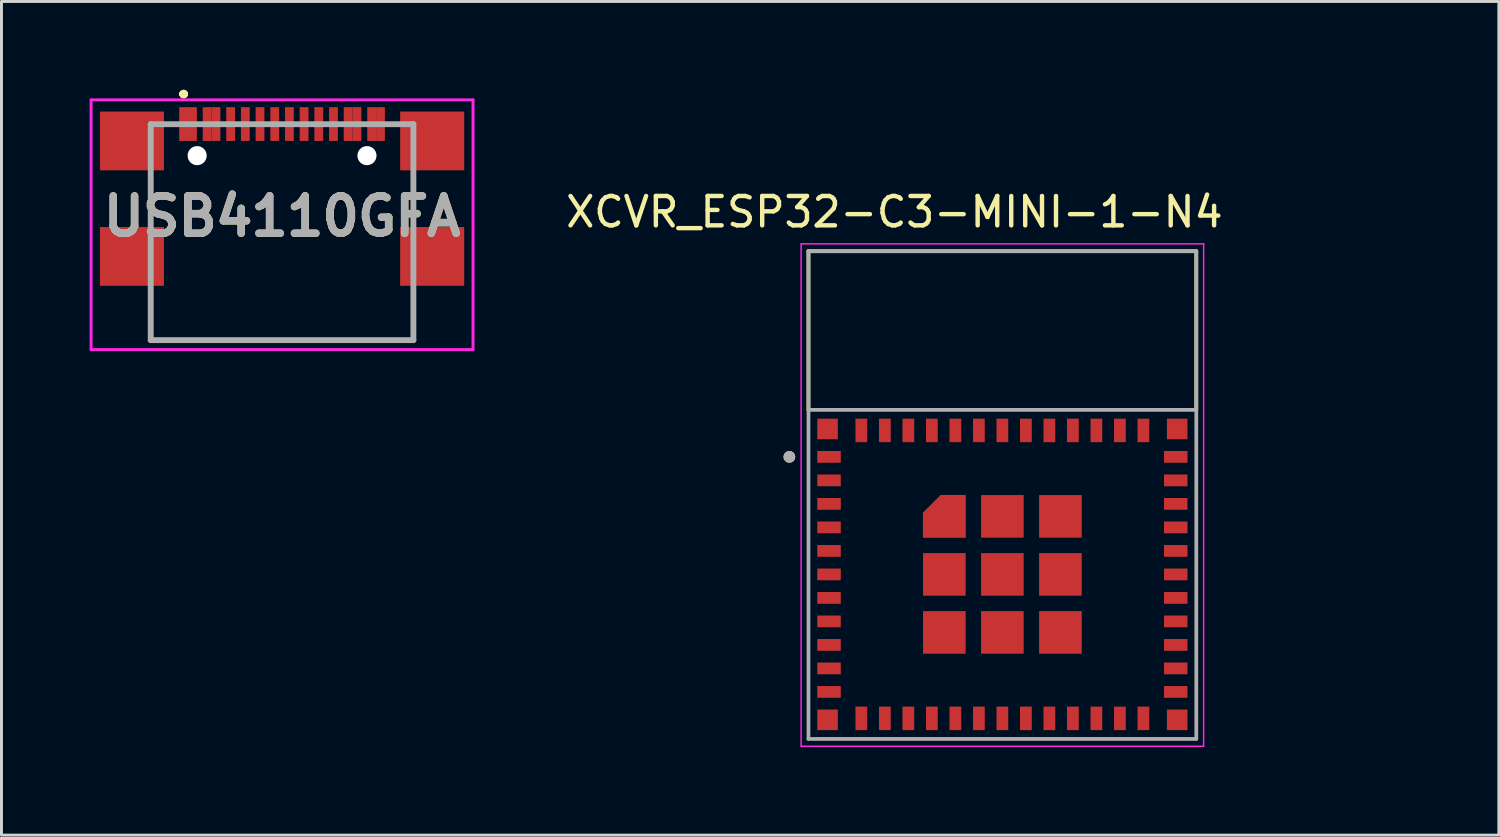
<source format=kicad_pcb>
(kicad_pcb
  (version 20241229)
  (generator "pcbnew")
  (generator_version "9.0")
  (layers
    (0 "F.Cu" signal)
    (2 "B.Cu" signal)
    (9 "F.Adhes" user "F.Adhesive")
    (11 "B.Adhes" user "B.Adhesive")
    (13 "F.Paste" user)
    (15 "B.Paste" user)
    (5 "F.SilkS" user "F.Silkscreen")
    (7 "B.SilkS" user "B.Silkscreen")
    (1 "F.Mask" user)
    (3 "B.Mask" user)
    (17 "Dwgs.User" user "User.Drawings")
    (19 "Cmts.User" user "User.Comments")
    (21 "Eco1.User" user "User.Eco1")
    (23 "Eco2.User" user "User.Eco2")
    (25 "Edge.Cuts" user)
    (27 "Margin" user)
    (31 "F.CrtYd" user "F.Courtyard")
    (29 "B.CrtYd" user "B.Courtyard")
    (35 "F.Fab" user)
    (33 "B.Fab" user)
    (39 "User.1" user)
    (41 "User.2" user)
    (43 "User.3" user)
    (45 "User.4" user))
  (footprint "USB4110GFA"
    (layer "F.Cu")
    (at 6.55 4.85)
    (property "Reference" "USB4110GFA" (at 0 -0.536 0) (layer "F.SilkS") (effects (font (size 1.27 1.27) (thickness 0.254))))
    (attr through_hole)
    (fp_line (start -4.5 -1.5) (end -4.5 -0.75) (stroke (width 0.1) (type solid)) (layer "F.SilkS"))
    (fp_line (start -4.5 -0.75) (end -4.47 -0.75) (stroke (width 0.1) (type solid)) (layer "F.SilkS"))
    (fp_line (start -4.47 -1.5) (end -4.5 -1.5) (stroke (width 0.1) (type solid)) (layer "F.SilkS"))
    (fp_line (start -4.47 -0.75) (end -4.47 -1.5) (stroke (width 0.1) (type solid)) (layer "F.SilkS"))
    (fp_line (start -4.47 2.5) (end -4.47 2.5) (stroke (width 0.1) (type solid)) (layer "F.SilkS"))
    (fp_line (start -4.47 2.5) (end -4.47 3.677) (stroke (width 0.1) (type solid)) (layer "F.SilkS"))
    (fp_line (start -4.47 3.677) (end -4.47 2.5) (stroke (width 0.1) (type solid)) (layer "F.SilkS"))
    (fp_line (start -4.47 3.677) (end -4.47 3.677) (stroke (width 0.1) (type solid)) (layer "F.SilkS"))
    (fp_line (start -4.47 3.677) (end -4.47 3.677) (stroke (width 0.1) (type solid)) (layer "F.SilkS"))
    (fp_line (start -4.47 3.677) (end 4.47 3.677) (stroke (width 0.1) (type solid)) (layer "F.SilkS"))
    (fp_line (start -3.4 -4.7) (end -3.4 -4.7) (stroke (width 0.2) (type solid)) (layer "F.SilkS"))
    (fp_line (start -3.4 -4.7) (end -3.4 -4.7) (stroke (width 0.2) (type solid)) (layer "F.SilkS"))
    (fp_line (start -3.3 -4.7) (end -3.3 -4.7) (stroke (width 0.2) (type solid)) (layer "F.SilkS"))
    (fp_line (start 4.47 -1.75) (end 4.47 -1.75) (stroke (width 0.1) (type solid)) (layer "F.SilkS"))
    (fp_line (start 4.47 -1.75) (end 4.47 -0.75) (stroke (width 0.1) (type solid)) (layer "F.SilkS"))
    (fp_line (start 4.47 -0.75) (end 4.47 -1.75) (stroke (width 0.1) (type solid)) (layer "F.SilkS"))
    (fp_line (start 4.47 -0.75) (end 4.47 -0.75) (stroke (width 0.1) (type solid)) (layer "F.SilkS"))
    (fp_line (start 4.47 2.25) (end 4.47 2.25) (stroke (width 0.1) (type solid)) (layer "F.SilkS"))
    (fp_line (start 4.47 2.25) (end 4.47 3.677) (stroke (width 0.1) (type solid)) (layer "F.SilkS"))
    (fp_line (start 4.47 3.677) (end -4.47 3.677) (stroke (width 0.1) (type solid)) (layer "F.SilkS"))
    (fp_line (start 4.47 3.677) (end 4.47 2.25) (stroke (width 0.1) (type solid)) (layer "F.SilkS"))
    (fp_line (start 4.47 3.677) (end 4.47 3.677) (stroke (width 0.1) (type solid)) (layer "F.SilkS"))
    (fp_line (start 4.47 3.677) (end 4.47 3.677) (stroke (width 0.1) (type solid)) (layer "F.SilkS"))
    (fp_arc (start -3.4 -4.7) (mid -3.35 -4.75) (end -3.3 -4.7) (stroke (width 0.2) (type solid)) (layer "F.SilkS"))
    (fp_arc (start -3.3 -4.7) (mid -3.35 -4.65) (end -3.4 -4.7) (stroke (width 0.2) (type solid)) (layer "F.SilkS"))
    (fp_arc (start -3.3 -4.7) (mid -3.35 -4.65) (end -3.4 -4.7) (stroke (width 0.2) (type solid)) (layer "F.SilkS"))
    (fp_line (start -6.5 -4.5) (end 6.5 -4.5) (stroke (width 0.1) (type solid)) (layer "F.CrtYd"))
    (fp_line (start -6.5 4) (end -6.5 -4.5) (stroke (width 0.1) (type solid)) (layer "F.CrtYd"))
    (fp_line (start 6.5 -4.5) (end 6.5 4) (stroke (width 0.1) (type solid)) (layer "F.CrtYd"))
    (fp_line (start 6.5 4) (end -6.5 4) (stroke (width 0.1) (type solid)) (layer "F.CrtYd"))
    (fp_line (start -4.47 -3.673) (end -4.47 3.677) (stroke (width 0.2) (type solid)) (layer "F.Fab"))
    (fp_line (start -4.47 3.677) (end 4.47 3.677) (stroke (width 0.2) (type solid)) (layer "F.Fab"))
    (fp_line (start 4.47 -3.673) (end -4.47 -3.673) (stroke (width 0.2) (type solid)) (layer "F.Fab"))
    (fp_line (start 4.47 3.677) (end 4.47 -3.673) (stroke (width 0.2) (type solid)) (layer "F.Fab"))
    (fp_text user "${REFERENCE}" (at 0 -0.536 0) (layer "F.Fab") (effects (font (size 1.27 1.27) (thickness 0.254))))
    (pad "" np_thru_hole circle (at -2.89 -2.603) (size 0.65 0.65) (drill 0.65) (layers "*.Cu" "*.Mask"))
    (pad "" np_thru_hole circle (at 2.89 -2.603) (size 0.65 0.65) (drill 0.65) (layers "*.Cu" "*.Mask"))
    (pad "A1" smd rect (at -3.35 -3.678) (size 0.3 1.15) (layers "F.Cu" "F.Mask" "F.Paste"))
    (pad "A4" smd rect (at -2.55 -3.678) (size 0.3 1.15) (layers "F.Cu" "F.Mask" "F.Paste"))
    (pad "A5" smd rect (at -1.25 -3.678) (size 0.3 1.15) (layers "F.Cu" "F.Mask" "F.Paste"))
    (pad "A6" smd rect (at -0.25 -3.678) (size 0.3 1.15) (layers "F.Cu" "F.Mask" "F.Paste"))
    (pad "A7" smd rect (at 0.25 -3.678) (size 0.3 1.15) (layers "F.Cu" "F.Mask" "F.Paste"))
    (pad "A8" smd rect (at 1.25 -3.678) (size 0.3 1.15) (layers "F.Cu" "F.Mask" "F.Paste"))
    (pad "A9" smd rect (at 2.55 -3.678) (size 0.3 1.15) (layers "F.Cu" "F.Mask" "F.Paste"))
    (pad "A12" smd rect (at 3.35 -3.678) (size 0.3 1.15) (layers "F.Cu" "F.Mask" "F.Paste"))
    (pad "B1" smd rect (at 3.05 -3.678) (size 0.3 1.15) (layers "F.Cu" "F.Mask" "F.Paste"))
    (pad "B4" smd rect (at 2.25 -3.678) (size 0.3 1.15) (layers "F.Cu" "F.Mask" "F.Paste"))
    (pad "B5" smd rect (at 1.75 -3.678) (size 0.3 1.15) (layers "F.Cu" "F.Mask" "F.Paste"))
    (pad "B6" smd rect (at 0.75 -3.678) (size 0.3 1.15) (layers "F.Cu" "F.Mask" "F.Paste"))
    (pad "B7" smd rect (at -0.75 -3.678) (size 0.3 1.15) (layers "F.Cu" "F.Mask" "F.Paste"))
    (pad "B8" smd rect (at -1.75 -3.678) (size 0.3 1.15) (layers "F.Cu" "F.Mask" "F.Paste"))
    (pad "B9" smd rect (at -2.25 -3.678) (size 0.3 1.15) (layers "F.Cu" "F.Mask" "F.Paste"))
    (pad "B12" smd rect (at -3.05 -3.678) (size 0.3 1.15) (layers "F.Cu" "F.Mask" "F.Paste"))
    (pad "MP1" smd rect (at -5.11 0.827 90) (size 2 2.18) (layers "F.Cu" "F.Mask" "F.Paste"))
    (pad "MP2" smd rect (at 5.11 0.827 90) (size 2 2.18) (layers "F.Cu" "F.Mask" "F.Paste"))
    (pad "MP3" smd rect (at -5.11 -3.103 90) (size 2 2.18) (layers "F.Cu" "F.Mask" "F.Paste"))
    (pad "MP4" smd rect (at 5.11 -3.103 90) (size 2 2.18) (layers "F.Cu" "F.Mask" "F.Paste")))
  (footprint "XCVR_ESP32-C3-MINI-1-N4"
    (layer "F.Cu")
    (at 31.067 13.8)
    (property "Reference" "XCVR_ESP32-C3-MINI-1-N4" (at -3.675 -9.635 0) (layer "F.SilkS") (effects (font (size 1 1) (thickness 0.15))))
    (attr smd)
    (fp_poly (pts (xy -1.15 1.55) (xy -2.8 1.55) (xy -2.8 0.56) (xy -2.14 -0.1) (xy -1.15 -0.1)) (stroke (width 0.01) (type solid)) (fill yes) (layer "F.Mask"))
    (fp_line (start -6.6 -8.3) (end 6.6 -8.3) (stroke (width 0.127) (type solid)) (layer "F.SilkS"))
    (fp_line (start -6.6 -2.92) (end -6.6 -8.3) (stroke (width 0.127) (type solid)) (layer "F.SilkS"))
    (fp_line (start 6.6 -8.3) (end 6.6 -2.92) (stroke (width 0.127) (type solid)) (layer "F.SilkS"))
    (fp_circle (center -7.25 -1.3) (end -7.15 -1.3) (stroke (width 0.2) (type solid)) (fill no) (layer "F.SilkS"))
    (fp_poly (pts (xy -1.25 1.45) (xy -2.7 1.45) (xy -2.7 0.6) (xy -2.1 0) (xy -1.25 0)) (stroke (width 0.01) (type solid)) (fill yes) (layer "F.Paste"))
    (fp_line (start -6.85 -8.55) (end -6.85 8.55) (stroke (width 0.05) (type solid)) (layer "F.CrtYd"))
    (fp_line (start -6.85 8.55) (end 6.85 8.55) (stroke (width 0.05) (type solid)) (layer "F.CrtYd"))
    (fp_line (start 6.85 -8.55) (end -6.85 -8.55) (stroke (width 0.05) (type solid)) (layer "F.CrtYd"))
    (fp_line (start 6.85 8.55) (end 6.85 -8.55) (stroke (width 0.05) (type solid)) (layer "F.CrtYd"))
    (fp_line (start -6.6 -8.3) (end 6.6 -8.3) (stroke (width 0.127) (type solid)) (layer "F.Fab"))
    (fp_line (start -6.6 -2.9) (end -6.6 -8.3) (stroke (width 0.127) (type solid)) (layer "F.Fab"))
    (fp_line (start -6.6 -2.9) (end 6.6 -2.9) (stroke (width 0.127) (type solid)) (layer "F.Fab"))
    (fp_line (start -6.6 8.3) (end -6.6 -2.9) (stroke (width 0.127) (type solid)) (layer "F.Fab"))
    (fp_line (start 6.6 -8.3) (end 6.6 -2.9) (stroke (width 0.127) (type solid)) (layer "F.Fab"))
    (fp_line (start 6.6 -2.9) (end 6.6 8.3) (stroke (width 0.127) (type solid)) (layer "F.Fab"))
    (fp_line (start 6.6 8.3) (end -6.6 8.3) (stroke (width 0.127) (type solid)) (layer "F.Fab"))
    (fp_circle (center -7.25 -1.3) (end -7.15 -1.3) (stroke (width 0.2) (type solid)) (fill no) (layer "F.Fab"))
    (pad "1" smd rect (at -5.9 -1.3) (size 0.8 0.4) (layers "F.Cu" "F.Mask" "F.Paste"))
    (pad "2" smd rect (at -5.9 -0.5) (size 0.8 0.4) (layers "F.Cu" "F.Mask" "F.Paste"))
    (pad "3" smd rect (at -5.9 0.3) (size 0.8 0.4) (layers "F.Cu" "F.Mask" "F.Paste"))
    (pad "4" smd rect (at -5.9 1.1) (size 0.8 0.4) (layers "F.Cu" "F.Mask" "F.Paste"))
    (pad "5" smd rect (at -5.9 1.9) (size 0.8 0.4) (layers "F.Cu" "F.Mask" "F.Paste"))
    (pad "6" smd rect (at -5.9 2.7) (size 0.8 0.4) (layers "F.Cu" "F.Mask" "F.Paste"))
    (pad "7" smd rect (at -5.9 3.5) (size 0.8 0.4) (layers "F.Cu" "F.Mask" "F.Paste"))
    (pad "8" smd rect (at -5.9 4.3) (size 0.8 0.4) (layers "F.Cu" "F.Mask" "F.Paste"))
    (pad "9" smd rect (at -5.9 5.1) (size 0.8 0.4) (layers "F.Cu" "F.Mask" "F.Paste"))
    (pad "10" smd rect (at -5.9 5.9) (size 0.8 0.4) (layers "F.Cu" "F.Mask" "F.Paste"))
    (pad "11" smd rect (at -5.9 6.7) (size 0.8 0.4) (layers "F.Cu" "F.Mask" "F.Paste"))
    (pad "12" smd rect (at -4.8 7.6) (size 0.4 0.8) (layers "F.Cu" "F.Mask" "F.Paste"))
    (pad "13" smd rect (at -4 7.6) (size 0.4 0.8) (layers "F.Cu" "F.Mask" "F.Paste"))
    (pad "14" smd rect (at -3.2 7.6) (size 0.4 0.8) (layers "F.Cu" "F.Mask" "F.Paste"))
    (pad "15" smd rect (at -2.4 7.6) (size 0.4 0.8) (layers "F.Cu" "F.Mask" "F.Paste"))
    (pad "16" smd rect (at -1.6 7.6) (size 0.4 0.8) (layers "F.Cu" "F.Mask" "F.Paste"))
    (pad "17" smd rect (at -0.8 7.6) (size 0.4 0.8) (layers "F.Cu" "F.Mask" "F.Paste"))
    (pad "18" smd rect (at 0 7.6) (size 0.4 0.8) (layers "F.Cu" "F.Mask" "F.Paste"))
    (pad "19" smd rect (at 0.8 7.6) (size 0.4 0.8) (layers "F.Cu" "F.Mask" "F.Paste"))
    (pad "20" smd rect (at 1.6 7.6) (size 0.4 0.8) (layers "F.Cu" "F.Mask" "F.Paste"))
    (pad "21" smd rect (at 2.4 7.6) (size 0.4 0.8) (layers "F.Cu" "F.Mask" "F.Paste"))
    (pad "22" smd rect (at 3.2 7.6) (size 0.4 0.8) (layers "F.Cu" "F.Mask" "F.Paste"))
    (pad "23" smd rect (at 4 7.6) (size 0.4 0.8) (layers "F.Cu" "F.Mask" "F.Paste"))
    (pad "24" smd rect (at 4.8 7.6) (size 0.4 0.8) (layers "F.Cu" "F.Mask" "F.Paste"))
    (pad "25" smd rect (at 5.9 6.7) (size 0.8 0.4) (layers "F.Cu" "F.Mask" "F.Paste"))
    (pad "26" smd rect (at 5.9 5.9) (size 0.8 0.4) (layers "F.Cu" "F.Mask" "F.Paste"))
    (pad "27" smd rect (at 5.9 5.1) (size 0.8 0.4) (layers "F.Cu" "F.Mask" "F.Paste"))
    (pad "28" smd rect (at 5.9 4.3) (size 0.8 0.4) (layers "F.Cu" "F.Mask" "F.Paste"))
    (pad "29" smd rect (at 5.9 3.5) (size 0.8 0.4) (layers "F.Cu" "F.Mask" "F.Paste"))
    (pad "30" smd rect (at 5.9 2.7) (size 0.8 0.4) (layers "F.Cu" "F.Mask" "F.Paste"))
    (pad "31" smd rect (at 5.9 1.9) (size 0.8 0.4) (layers "F.Cu" "F.Mask" "F.Paste"))
    (pad "32" smd rect (at 5.9 1.1) (size 0.8 0.4) (layers "F.Cu" "F.Mask" "F.Paste"))
    (pad "33" smd rect (at 5.9 0.3) (size 0.8 0.4) (layers "F.Cu" "F.Mask" "F.Paste"))
    (pad "34" smd rect (at 5.9 -0.5) (size 0.8 0.4) (layers "F.Cu" "F.Mask" "F.Paste"))
    (pad "35" smd rect (at 5.9 -1.3) (size 0.8 0.4) (layers "F.Cu" "F.Mask" "F.Paste"))
    (pad "36" smd rect (at 4.8 -2.2) (size 0.4 0.8) (layers "F.Cu" "F.Mask" "F.Paste"))
    (pad "37" smd rect (at 4 -2.2) (size 0.4 0.8) (layers "F.Cu" "F.Mask" "F.Paste"))
    (pad "38" smd rect (at 3.2 -2.2) (size 0.4 0.8) (layers "F.Cu" "F.Mask" "F.Paste"))
    (pad "39" smd rect (at 2.4 -2.2) (size 0.4 0.8) (layers "F.Cu" "F.Mask" "F.Paste"))
    (pad "40" smd rect (at 1.6 -2.2) (size 0.4 0.8) (layers "F.Cu" "F.Mask" "F.Paste"))
    (pad "41" smd rect (at 0.8 -2.2) (size 0.4 0.8) (layers "F.Cu" "F.Mask" "F.Paste"))
    (pad "42" smd rect (at 0 -2.2) (size 0.4 0.8) (layers "F.Cu" "F.Mask" "F.Paste"))
    (pad "43" smd rect (at -0.8 -2.2) (size 0.4 0.8) (layers "F.Cu" "F.Mask" "F.Paste"))
    (pad "44" smd rect (at -1.6 -2.2) (size 0.4 0.8) (layers "F.Cu" "F.Mask" "F.Paste"))
    (pad "45" smd rect (at -2.4 -2.2) (size 0.4 0.8) (layers "F.Cu" "F.Mask" "F.Paste"))
    (pad "46" smd rect (at -3.2 -2.2) (size 0.4 0.8) (layers "F.Cu" "F.Mask" "F.Paste"))
    (pad "47" smd rect (at -4 -2.2) (size 0.4 0.8) (layers "F.Cu" "F.Mask" "F.Paste"))
    (pad "48" smd rect (at -4.8 -2.2) (size 0.4 0.8) (layers "F.Cu" "F.Mask" "F.Paste"))
    (pad "49_1" smd custom (at -1.975 0.725) (size 0.6 0.6) (layers "F.Cu") (options (anchor rect)) (primitives (gr_poly (pts (xy 0.725 0.725) (xy -0.725 0.725) (xy -0.725 -0.125) (xy -0.125 -0.725) (xy 0.725 -0.725)) (width 0.01) (fill yes))))
    (pad "49_2" smd rect (at 0 0.725) (size 1.45 1.45) (layers "F.Cu" "F.Mask" "F.Paste"))
    (pad "49_3" smd rect (at 1.975 0.725) (size 1.45 1.45) (layers "F.Cu" "F.Mask" "F.Paste"))
    (pad "49_4" smd rect (at 1.975 2.7) (size 1.45 1.45) (layers "F.Cu" "F.Mask" "F.Paste"))
    (pad "49_5" smd rect (at 1.975 4.675) (size 1.45 1.45) (layers "F.Cu" "F.Mask" "F.Paste"))
    (pad "49_6" smd rect (at 0 4.675) (size 1.45 1.45) (layers "F.Cu" "F.Mask" "F.Paste"))
    (pad "49_7" smd rect (at -1.975 4.675) (size 1.45 1.45) (layers "F.Cu" "F.Mask" "F.Paste"))
    (pad "49_8" smd rect (at -1.975 2.7) (size 1.45 1.45) (layers "F.Cu" "F.Mask" "F.Paste"))
    (pad "49_9" smd rect (at 0 2.7) (size 1.45 1.45) (layers "F.Cu" "F.Mask" "F.Paste"))
    (pad "50" smd rect (at 5.95 -2.25) (size 0.7 0.7) (layers "F.Cu" "F.Mask" "F.Paste"))
    (pad "51" smd rect (at 5.95 7.65) (size 0.7 0.7) (layers "F.Cu" "F.Mask" "F.Paste"))
    (pad "52" smd rect (at -5.95 7.65) (size 0.7 0.7) (layers "F.Cu" "F.Mask" "F.Paste"))
    (pad "53" smd rect (at -5.95 -2.25) (size 0.7 0.7) (layers "F.Cu" "F.Mask" "F.Paste"))
    (zone (net_name "") (layers "F.Cu" "B.Cu" "F.SilkS") (hatch edge 0.5) (connect_pads) (min_thickness 0.25) (filled_areas_thickness no) (keepout (tracks not_allowed) (vias not_allowed) (pads allowed) (copperpour not_allowed) (footprints allowed)) (placement (enabled no)) (fill) (polygon (pts (xy 16.967 0) (xy 16.967 11.002) (xy 44.965 11.002) (xy 44.965 0))))
    (zone (net_name "") (layers "F.Cu" "B.Cu") (hatch full 0.508) (connect_pads) (min_thickness 0.01) (filled_areas_thickness no) (keepout (tracks not_allowed) (vias not_allowed) (pads not_allowed) (copperpour not_allowed) (footprints allowed)) (placement (enabled no)) (fill) (polygon (pts (xy 23.667 5.5) (xy 38.367 5.5) (xy 38.367 10.9) (xy 23.667 10.9)))))
  (gr_rect
    (start -3 -3)
    (end 47.965 25.375)
    (stroke (width 0.1) (type default))
    (fill no)
    (layer "Edge.Cuts")))
</source>
